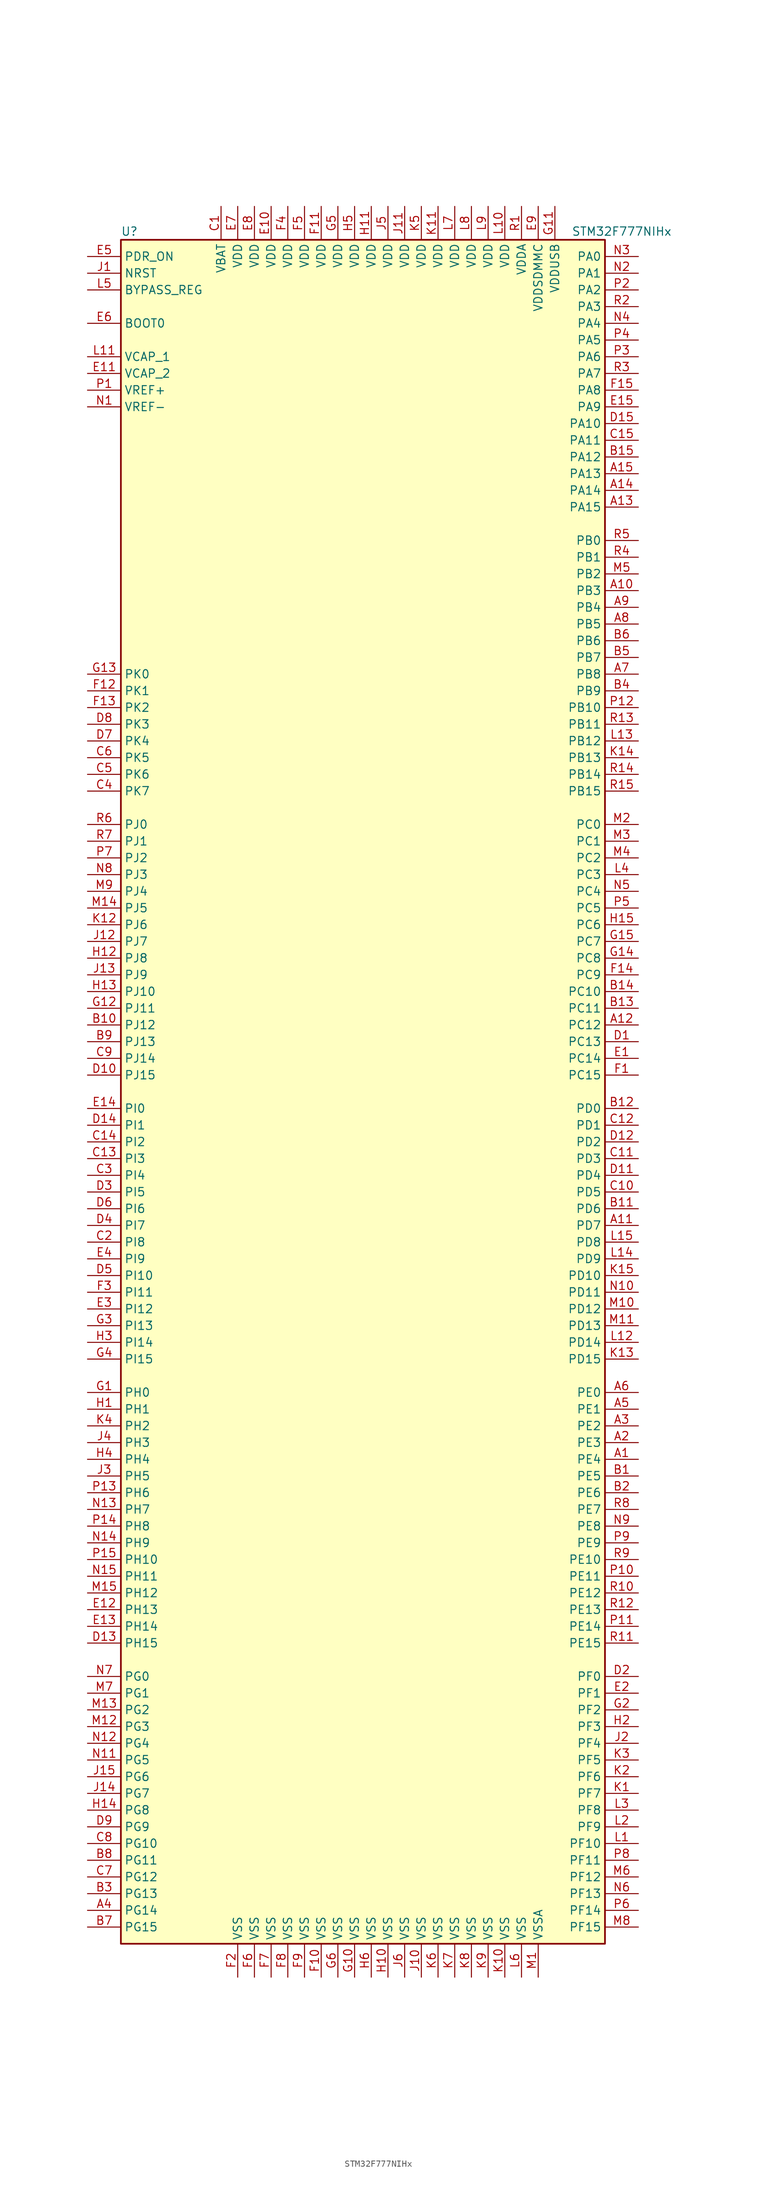
<source format=kicad_sym>
(kicad_symbol_lib
  (version 20201005)
  (generator kicad_symbol_editor)
  (symbol "STM32F777NIHx"
    (property "Reference" "U"
      (at -38.1 130.81 0)
      (effects (font (size 1.27 1.27)) (justify left)))
    (property "Value" "STM32F777NIHx"
      (at 30.48 130.81 0)
      (effects (font (size 1.27 1.27)) (justify left)))
    (symbol "STM32F777NIHx_0_1"
      (rectangle (start -38.1 -129.54) (end 35.56 129.54) (stroke (width 0.254)) (fill (type background))))
    (symbol "STM32F777NIHx_1_1"
      (pin input line (at -43.18 116.84 0) (length 5.08) (name "BOOT0" (effects (font (size 1.27 1.27)))) (number "E6" (effects (font (size 1.27 1.27)))))
      (pin input line (at -43.18 121.92 0) (length 5.08) (name "BYPASS_REG" (effects (font (size 1.27 1.27)))) (number "L5" (effects (font (size 1.27 1.27)))))
      (pin input line (at -43.18 124.46 0) (length 5.08) (name "NRST" (effects (font (size 1.27 1.27)))) (number "J1" (effects (font (size 1.27 1.27)))))
      (pin bidirectional line (at 40.64 127 180) (length 5.08) (name "PA0" (effects (font (size 1.27 1.27)))) (number "N3" (effects (font (size 1.27 1.27)))))
      (pin bidirectional line (at 40.64 124.46 180) (length 5.08) (name "PA1" (effects (font (size 1.27 1.27)))) (number "N2" (effects (font (size 1.27 1.27)))))
      (pin bidirectional line (at 40.64 101.6 180) (length 5.08) (name "PA10" (effects (font (size 1.27 1.27)))) (number "D15" (effects (font (size 1.27 1.27)))))
      (pin bidirectional line (at 40.64 99.06 180) (length 5.08) (name "PA11" (effects (font (size 1.27 1.27)))) (number "C15" (effects (font (size 1.27 1.27)))))
      (pin bidirectional line (at 40.64 96.52 180) (length 5.08) (name "PA12" (effects (font (size 1.27 1.27)))) (number "B15" (effects (font (size 1.27 1.27)))))
      (pin bidirectional line (at 40.64 93.98 180) (length 5.08) (name "PA13" (effects (font (size 1.27 1.27)))) (number "A15" (effects (font (size 1.27 1.27)))))
      (pin bidirectional line (at 40.64 91.44 180) (length 5.08) (name "PA14" (effects (font (size 1.27 1.27)))) (number "A14" (effects (font (size 1.27 1.27)))))
      (pin bidirectional line (at 40.64 88.9 180) (length 5.08) (name "PA15" (effects (font (size 1.27 1.27)))) (number "A13" (effects (font (size 1.27 1.27)))))
      (pin bidirectional line (at 40.64 121.92 180) (length 5.08) (name "PA2" (effects (font (size 1.27 1.27)))) (number "P2" (effects (font (size 1.27 1.27)))))
      (pin bidirectional line (at 40.64 119.38 180) (length 5.08) (name "PA3" (effects (font (size 1.27 1.27)))) (number "R2" (effects (font (size 1.27 1.27)))))
      (pin bidirectional line (at 40.64 116.84 180) (length 5.08) (name "PA4" (effects (font (size 1.27 1.27)))) (number "N4" (effects (font (size 1.27 1.27)))))
      (pin bidirectional line (at 40.64 114.3 180) (length 5.08) (name "PA5" (effects (font (size 1.27 1.27)))) (number "P4" (effects (font (size 1.27 1.27)))))
      (pin bidirectional line (at 40.64 111.76 180) (length 5.08) (name "PA6" (effects (font (size 1.27 1.27)))) (number "P3" (effects (font (size 1.27 1.27)))))
      (pin bidirectional line (at 40.64 109.22 180) (length 5.08) (name "PA7" (effects (font (size 1.27 1.27)))) (number "R3" (effects (font (size 1.27 1.27)))))
      (pin bidirectional line (at 40.64 106.68 180) (length 5.08) (name "PA8" (effects (font (size 1.27 1.27)))) (number "F15" (effects (font (size 1.27 1.27)))))
      (pin bidirectional line (at 40.64 104.14 180) (length 5.08) (name "PA9" (effects (font (size 1.27 1.27)))) (number "E15" (effects (font (size 1.27 1.27)))))
      (pin bidirectional line (at 40.64 83.82 180) (length 5.08) (name "PB0" (effects (font (size 1.27 1.27)))) (number "R5" (effects (font (size 1.27 1.27)))))
      (pin bidirectional line (at 40.64 81.28 180) (length 5.08) (name "PB1" (effects (font (size 1.27 1.27)))) (number "R4" (effects (font (size 1.27 1.27)))))
      (pin bidirectional line (at 40.64 58.42 180) (length 5.08) (name "PB10" (effects (font (size 1.27 1.27)))) (number "P12" (effects (font (size 1.27 1.27)))))
      (pin bidirectional line (at 40.64 55.88 180) (length 5.08) (name "PB11" (effects (font (size 1.27 1.27)))) (number "R13" (effects (font (size 1.27 1.27)))))
      (pin bidirectional line (at 40.64 53.34 180) (length 5.08) (name "PB12" (effects (font (size 1.27 1.27)))) (number "L13" (effects (font (size 1.27 1.27)))))
      (pin bidirectional line (at 40.64 50.8 180) (length 5.08) (name "PB13" (effects (font (size 1.27 1.27)))) (number "K14" (effects (font (size 1.27 1.27)))))
      (pin bidirectional line (at 40.64 48.26 180) (length 5.08) (name "PB14" (effects (font (size 1.27 1.27)))) (number "R14" (effects (font (size 1.27 1.27)))))
      (pin bidirectional line (at 40.64 45.72 180) (length 5.08) (name "PB15" (effects (font (size 1.27 1.27)))) (number "R15" (effects (font (size 1.27 1.27)))))
      (pin bidirectional line (at 40.64 78.74 180) (length 5.08) (name "PB2" (effects (font (size 1.27 1.27)))) (number "M5" (effects (font (size 1.27 1.27)))))
      (pin bidirectional line (at 40.64 76.2 180) (length 5.08) (name "PB3" (effects (font (size 1.27 1.27)))) (number "A10" (effects (font (size 1.27 1.27)))))
      (pin bidirectional line (at 40.64 73.66 180) (length 5.08) (name "PB4" (effects (font (size 1.27 1.27)))) (number "A9" (effects (font (size 1.27 1.27)))))
      (pin bidirectional line (at 40.64 71.12 180) (length 5.08) (name "PB5" (effects (font (size 1.27 1.27)))) (number "A8" (effects (font (size 1.27 1.27)))))
      (pin bidirectional line (at 40.64 68.58 180) (length 5.08) (name "PB6" (effects (font (size 1.27 1.27)))) (number "B6" (effects (font (size 1.27 1.27)))))
      (pin bidirectional line (at 40.64 66.04 180) (length 5.08) (name "PB7" (effects (font (size 1.27 1.27)))) (number "B5" (effects (font (size 1.27 1.27)))))
      (pin bidirectional line (at 40.64 63.5 180) (length 5.08) (name "PB8" (effects (font (size 1.27 1.27)))) (number "A7" (effects (font (size 1.27 1.27)))))
      (pin bidirectional line (at 40.64 60.96 180) (length 5.08) (name "PB9" (effects (font (size 1.27 1.27)))) (number "B4" (effects (font (size 1.27 1.27)))))
      (pin bidirectional line (at 40.64 40.64 180) (length 5.08) (name "PC0" (effects (font (size 1.27 1.27)))) (number "M2" (effects (font (size 1.27 1.27)))))
      (pin bidirectional line (at 40.64 38.1 180) (length 5.08) (name "PC1" (effects (font (size 1.27 1.27)))) (number "M3" (effects (font (size 1.27 1.27)))))
      (pin bidirectional line (at 40.64 15.24 180) (length 5.08) (name "PC10" (effects (font (size 1.27 1.27)))) (number "B14" (effects (font (size 1.27 1.27)))))
      (pin bidirectional line (at 40.64 12.7 180) (length 5.08) (name "PC11" (effects (font (size 1.27 1.27)))) (number "B13" (effects (font (size 1.27 1.27)))))
      (pin bidirectional line (at 40.64 10.16 180) (length 5.08) (name "PC12" (effects (font (size 1.27 1.27)))) (number "A12" (effects (font (size 1.27 1.27)))))
      (pin bidirectional line (at 40.64 7.62 180) (length 5.08) (name "PC13" (effects (font (size 1.27 1.27)))) (number "D1" (effects (font (size 1.27 1.27)))))
      (pin bidirectional line (at 40.64 5.08 180) (length 5.08) (name "PC14" (effects (font (size 1.27 1.27)))) (number "E1" (effects (font (size 1.27 1.27)))))
      (pin bidirectional line (at 40.64 2.54 180) (length 5.08) (name "PC15" (effects (font (size 1.27 1.27)))) (number "F1" (effects (font (size 1.27 1.27)))))
      (pin bidirectional line (at 40.64 35.56 180) (length 5.08) (name "PC2" (effects (font (size 1.27 1.27)))) (number "M4" (effects (font (size 1.27 1.27)))))
      (pin bidirectional line (at 40.64 33.02 180) (length 5.08) (name "PC3" (effects (font (size 1.27 1.27)))) (number "L4" (effects (font (size 1.27 1.27)))))
      (pin bidirectional line (at 40.64 30.48 180) (length 5.08) (name "PC4" (effects (font (size 1.27 1.27)))) (number "N5" (effects (font (size 1.27 1.27)))))
      (pin bidirectional line (at 40.64 27.94 180) (length 5.08) (name "PC5" (effects (font (size 1.27 1.27)))) (number "P5" (effects (font (size 1.27 1.27)))))
      (pin bidirectional line (at 40.64 25.4 180) (length 5.08) (name "PC6" (effects (font (size 1.27 1.27)))) (number "H15" (effects (font (size 1.27 1.27)))))
      (pin bidirectional line (at 40.64 22.86 180) (length 5.08) (name "PC7" (effects (font (size 1.27 1.27)))) (number "G15" (effects (font (size 1.27 1.27)))))
      (pin bidirectional line (at 40.64 20.32 180) (length 5.08) (name "PC8" (effects (font (size 1.27 1.27)))) (number "G14" (effects (font (size 1.27 1.27)))))
      (pin bidirectional line (at 40.64 17.78 180) (length 5.08) (name "PC9" (effects (font (size 1.27 1.27)))) (number "F14" (effects (font (size 1.27 1.27)))))
      (pin bidirectional line (at 40.64 -2.54 180) (length 5.08) (name "PD0" (effects (font (size 1.27 1.27)))) (number "B12" (effects (font (size 1.27 1.27)))))
      (pin bidirectional line (at 40.64 -5.08 180) (length 5.08) (name "PD1" (effects (font (size 1.27 1.27)))) (number "C12" (effects (font (size 1.27 1.27)))))
      (pin bidirectional line (at 40.64 -27.94 180) (length 5.08) (name "PD10" (effects (font (size 1.27 1.27)))) (number "K15" (effects (font (size 1.27 1.27)))))
      (pin bidirectional line (at 40.64 -30.48 180) (length 5.08) (name "PD11" (effects (font (size 1.27 1.27)))) (number "N10" (effects (font (size 1.27 1.27)))))
      (pin bidirectional line (at 40.64 -33.02 180) (length 5.08) (name "PD12" (effects (font (size 1.27 1.27)))) (number "M10" (effects (font (size 1.27 1.27)))))
      (pin bidirectional line (at 40.64 -35.56 180) (length 5.08) (name "PD13" (effects (font (size 1.27 1.27)))) (number "M11" (effects (font (size 1.27 1.27)))))
      (pin bidirectional line (at 40.64 -38.1 180) (length 5.08) (name "PD14" (effects (font (size 1.27 1.27)))) (number "L12" (effects (font (size 1.27 1.27)))))
      (pin bidirectional line (at 40.64 -40.64 180) (length 5.08) (name "PD15" (effects (font (size 1.27 1.27)))) (number "K13" (effects (font (size 1.27 1.27)))))
      (pin bidirectional line (at 40.64 -7.62 180) (length 5.08) (name "PD2" (effects (font (size 1.27 1.27)))) (number "D12" (effects (font (size 1.27 1.27)))))
      (pin bidirectional line (at 40.64 -10.16 180) (length 5.08) (name "PD3" (effects (font (size 1.27 1.27)))) (number "C11" (effects (font (size 1.27 1.27)))))
      (pin bidirectional line (at 40.64 -12.7 180) (length 5.08) (name "PD4" (effects (font (size 1.27 1.27)))) (number "D11" (effects (font (size 1.27 1.27)))))
      (pin bidirectional line (at 40.64 -15.24 180) (length 5.08) (name "PD5" (effects (font (size 1.27 1.27)))) (number "C10" (effects (font (size 1.27 1.27)))))
      (pin bidirectional line (at 40.64 -17.78 180) (length 5.08) (name "PD6" (effects (font (size 1.27 1.27)))) (number "B11" (effects (font (size 1.27 1.27)))))
      (pin bidirectional line (at 40.64 -20.32 180) (length 5.08) (name "PD7" (effects (font (size 1.27 1.27)))) (number "A11" (effects (font (size 1.27 1.27)))))
      (pin bidirectional line (at 40.64 -22.86 180) (length 5.08) (name "PD8" (effects (font (size 1.27 1.27)))) (number "L15" (effects (font (size 1.27 1.27)))))
      (pin bidirectional line (at 40.64 -25.4 180) (length 5.08) (name "PD9" (effects (font (size 1.27 1.27)))) (number "L14" (effects (font (size 1.27 1.27)))))
      (pin input line (at -43.18 127 0) (length 5.08) (name "PDR_ON" (effects (font (size 1.27 1.27)))) (number "E5" (effects (font (size 1.27 1.27)))))
      (pin bidirectional line (at 40.64 -45.72 180) (length 5.08) (name "PE0" (effects (font (size 1.27 1.27)))) (number "A6" (effects (font (size 1.27 1.27)))))
      (pin bidirectional line (at 40.64 -48.26 180) (length 5.08) (name "PE1" (effects (font (size 1.27 1.27)))) (number "A5" (effects (font (size 1.27 1.27)))))
      (pin bidirectional line (at 40.64 -71.12 180) (length 5.08) (name "PE10" (effects (font (size 1.27 1.27)))) (number "R9" (effects (font (size 1.27 1.27)))))
      (pin bidirectional line (at 40.64 -73.66 180) (length 5.08) (name "PE11" (effects (font (size 1.27 1.27)))) (number "P10" (effects (font (size 1.27 1.27)))))
      (pin bidirectional line (at 40.64 -76.2 180) (length 5.08) (name "PE12" (effects (font (size 1.27 1.27)))) (number "R10" (effects (font (size 1.27 1.27)))))
      (pin bidirectional line (at 40.64 -78.74 180) (length 5.08) (name "PE13" (effects (font (size 1.27 1.27)))) (number "R12" (effects (font (size 1.27 1.27)))))
      (pin bidirectional line (at 40.64 -81.28 180) (length 5.08) (name "PE14" (effects (font (size 1.27 1.27)))) (number "P11" (effects (font (size 1.27 1.27)))))
      (pin bidirectional line (at 40.64 -83.82 180) (length 5.08) (name "PE15" (effects (font (size 1.27 1.27)))) (number "R11" (effects (font (size 1.27 1.27)))))
      (pin bidirectional line (at 40.64 -50.8 180) (length 5.08) (name "PE2" (effects (font (size 1.27 1.27)))) (number "A3" (effects (font (size 1.27 1.27)))))
      (pin bidirectional line (at 40.64 -53.34 180) (length 5.08) (name "PE3" (effects (font (size 1.27 1.27)))) (number "A2" (effects (font (size 1.27 1.27)))))
      (pin bidirectional line (at 40.64 -55.88 180) (length 5.08) (name "PE4" (effects (font (size 1.27 1.27)))) (number "A1" (effects (font (size 1.27 1.27)))))
      (pin bidirectional line (at 40.64 -58.42 180) (length 5.08) (name "PE5" (effects (font (size 1.27 1.27)))) (number "B1" (effects (font (size 1.27 1.27)))))
      (pin bidirectional line (at 40.64 -60.96 180) (length 5.08) (name "PE6" (effects (font (size 1.27 1.27)))) (number "B2" (effects (font (size 1.27 1.27)))))
      (pin bidirectional line (at 40.64 -63.5 180) (length 5.08) (name "PE7" (effects (font (size 1.27 1.27)))) (number "R8" (effects (font (size 1.27 1.27)))))
      (pin bidirectional line (at 40.64 -66.04 180) (length 5.08) (name "PE8" (effects (font (size 1.27 1.27)))) (number "N9" (effects (font (size 1.27 1.27)))))
      (pin bidirectional line (at 40.64 -68.58 180) (length 5.08) (name "PE9" (effects (font (size 1.27 1.27)))) (number "P9" (effects (font (size 1.27 1.27)))))
      (pin bidirectional line (at 40.64 -88.9 180) (length 5.08) (name "PF0" (effects (font (size 1.27 1.27)))) (number "D2" (effects (font (size 1.27 1.27)))))
      (pin bidirectional line (at 40.64 -91.44 180) (length 5.08) (name "PF1" (effects (font (size 1.27 1.27)))) (number "E2" (effects (font (size 1.27 1.27)))))
      (pin bidirectional line (at 40.64 -114.3 180) (length 5.08) (name "PF10" (effects (font (size 1.27 1.27)))) (number "L1" (effects (font (size 1.27 1.27)))))
      (pin bidirectional line (at 40.64 -116.84 180) (length 5.08) (name "PF11" (effects (font (size 1.27 1.27)))) (number "P8" (effects (font (size 1.27 1.27)))))
      (pin bidirectional line (at 40.64 -119.38 180) (length 5.08) (name "PF12" (effects (font (size 1.27 1.27)))) (number "M6" (effects (font (size 1.27 1.27)))))
      (pin bidirectional line (at 40.64 -121.92 180) (length 5.08) (name "PF13" (effects (font (size 1.27 1.27)))) (number "N6" (effects (font (size 1.27 1.27)))))
      (pin bidirectional line (at 40.64 -124.46 180) (length 5.08) (name "PF14" (effects (font (size 1.27 1.27)))) (number "P6" (effects (font (size 1.27 1.27)))))
      (pin bidirectional line (at 40.64 -127 180) (length 5.08) (name "PF15" (effects (font (size 1.27 1.27)))) (number "M8" (effects (font (size 1.27 1.27)))))
      (pin bidirectional line (at 40.64 -93.98 180) (length 5.08) (name "PF2" (effects (font (size 1.27 1.27)))) (number "G2" (effects (font (size 1.27 1.27)))))
      (pin bidirectional line (at 40.64 -96.52 180) (length 5.08) (name "PF3" (effects (font (size 1.27 1.27)))) (number "H2" (effects (font (size 1.27 1.27)))))
      (pin bidirectional line (at 40.64 -99.06 180) (length 5.08) (name "PF4" (effects (font (size 1.27 1.27)))) (number "J2" (effects (font (size 1.27 1.27)))))
      (pin bidirectional line (at 40.64 -101.6 180) (length 5.08) (name "PF5" (effects (font (size 1.27 1.27)))) (number "K3" (effects (font (size 1.27 1.27)))))
      (pin bidirectional line (at 40.64 -104.14 180) (length 5.08) (name "PF6" (effects (font (size 1.27 1.27)))) (number "K2" (effects (font (size 1.27 1.27)))))
      (pin bidirectional line (at 40.64 -106.68 180) (length 5.08) (name "PF7" (effects (font (size 1.27 1.27)))) (number "K1" (effects (font (size 1.27 1.27)))))
      (pin bidirectional line (at 40.64 -109.22 180) (length 5.08) (name "PF8" (effects (font (size 1.27 1.27)))) (number "L3" (effects (font (size 1.27 1.27)))))
      (pin bidirectional line (at 40.64 -111.76 180) (length 5.08) (name "PF9" (effects (font (size 1.27 1.27)))) (number "L2" (effects (font (size 1.27 1.27)))))
      (pin bidirectional line (at -43.18 -88.9 0) (length 5.08) (name "PG0" (effects (font (size 1.27 1.27)))) (number "N7" (effects (font (size 1.27 1.27)))))
      (pin bidirectional line (at -43.18 -91.44 0) (length 5.08) (name "PG1" (effects (font (size 1.27 1.27)))) (number "M7" (effects (font (size 1.27 1.27)))))
      (pin bidirectional line (at -43.18 -114.3 0) (length 5.08) (name "PG10" (effects (font (size 1.27 1.27)))) (number "C8" (effects (font (size 1.27 1.27)))))
      (pin bidirectional line (at -43.18 -116.84 0) (length 5.08) (name "PG11" (effects (font (size 1.27 1.27)))) (number "B8" (effects (font (size 1.27 1.27)))))
      (pin bidirectional line (at -43.18 -119.38 0) (length 5.08) (name "PG12" (effects (font (size 1.27 1.27)))) (number "C7" (effects (font (size 1.27 1.27)))))
      (pin bidirectional line (at -43.18 -121.92 0) (length 5.08) (name "PG13" (effects (font (size 1.27 1.27)))) (number "B3" (effects (font (size 1.27 1.27)))))
      (pin bidirectional line (at -43.18 -124.46 0) (length 5.08) (name "PG14" (effects (font (size 1.27 1.27)))) (number "A4" (effects (font (size 1.27 1.27)))))
      (pin bidirectional line (at -43.18 -127 0) (length 5.08) (name "PG15" (effects (font (size 1.27 1.27)))) (number "B7" (effects (font (size 1.27 1.27)))))
      (pin bidirectional line (at -43.18 -93.98 0) (length 5.08) (name "PG2" (effects (font (size 1.27 1.27)))) (number "M13" (effects (font (size 1.27 1.27)))))
      (pin bidirectional line (at -43.18 -96.52 0) (length 5.08) (name "PG3" (effects (font (size 1.27 1.27)))) (number "M12" (effects (font (size 1.27 1.27)))))
      (pin bidirectional line (at -43.18 -99.06 0) (length 5.08) (name "PG4" (effects (font (size 1.27 1.27)))) (number "N12" (effects (font (size 1.27 1.27)))))
      (pin bidirectional line (at -43.18 -101.6 0) (length 5.08) (name "PG5" (effects (font (size 1.27 1.27)))) (number "N11" (effects (font (size 1.27 1.27)))))
      (pin bidirectional line (at -43.18 -104.14 0) (length 5.08) (name "PG6" (effects (font (size 1.27 1.27)))) (number "J15" (effects (font (size 1.27 1.27)))))
      (pin bidirectional line (at -43.18 -106.68 0) (length 5.08) (name "PG7" (effects (font (size 1.27 1.27)))) (number "J14" (effects (font (size 1.27 1.27)))))
      (pin bidirectional line (at -43.18 -109.22 0) (length 5.08) (name "PG8" (effects (font (size 1.27 1.27)))) (number "H14" (effects (font (size 1.27 1.27)))))
      (pin bidirectional line (at -43.18 -111.76 0) (length 5.08) (name "PG9" (effects (font (size 1.27 1.27)))) (number "D9" (effects (font (size 1.27 1.27)))))
      (pin input line (at -43.18 -45.72 0) (length 5.08) (name "PH0" (effects (font (size 1.27 1.27)))) (number "G1" (effects (font (size 1.27 1.27)))))
      (pin input line (at -43.18 -48.26 0) (length 5.08) (name "PH1" (effects (font (size 1.27 1.27)))) (number "H1" (effects (font (size 1.27 1.27)))))
      (pin bidirectional line (at -43.18 -71.12 0) (length 5.08) (name "PH10" (effects (font (size 1.27 1.27)))) (number "P15" (effects (font (size 1.27 1.27)))))
      (pin bidirectional line (at -43.18 -73.66 0) (length 5.08) (name "PH11" (effects (font (size 1.27 1.27)))) (number "N15" (effects (font (size 1.27 1.27)))))
      (pin bidirectional line (at -43.18 -76.2 0) (length 5.08) (name "PH12" (effects (font (size 1.27 1.27)))) (number "M15" (effects (font (size 1.27 1.27)))))
      (pin bidirectional line (at -43.18 -78.74 0) (length 5.08) (name "PH13" (effects (font (size 1.27 1.27)))) (number "E12" (effects (font (size 1.27 1.27)))))
      (pin bidirectional line (at -43.18 -81.28 0) (length 5.08) (name "PH14" (effects (font (size 1.27 1.27)))) (number "E13" (effects (font (size 1.27 1.27)))))
      (pin bidirectional line (at -43.18 -83.82 0) (length 5.08) (name "PH15" (effects (font (size 1.27 1.27)))) (number "D13" (effects (font (size 1.27 1.27)))))
      (pin bidirectional line (at -43.18 -50.8 0) (length 5.08) (name "PH2" (effects (font (size 1.27 1.27)))) (number "K4" (effects (font (size 1.27 1.27)))))
      (pin bidirectional line (at -43.18 -53.34 0) (length 5.08) (name "PH3" (effects (font (size 1.27 1.27)))) (number "J4" (effects (font (size 1.27 1.27)))))
      (pin bidirectional line (at -43.18 -55.88 0) (length 5.08) (name "PH4" (effects (font (size 1.27 1.27)))) (number "H4" (effects (font (size 1.27 1.27)))))
      (pin bidirectional line (at -43.18 -58.42 0) (length 5.08) (name "PH5" (effects (font (size 1.27 1.27)))) (number "J3" (effects (font (size 1.27 1.27)))))
      (pin bidirectional line (at -43.18 -60.96 0) (length 5.08) (name "PH6" (effects (font (size 1.27 1.27)))) (number "P13" (effects (font (size 1.27 1.27)))))
      (pin bidirectional line (at -43.18 -63.5 0) (length 5.08) (name "PH7" (effects (font (size 1.27 1.27)))) (number "N13" (effects (font (size 1.27 1.27)))))
      (pin bidirectional line (at -43.18 -66.04 0) (length 5.08) (name "PH8" (effects (font (size 1.27 1.27)))) (number "P14" (effects (font (size 1.27 1.27)))))
      (pin bidirectional line (at -43.18 -68.58 0) (length 5.08) (name "PH9" (effects (font (size 1.27 1.27)))) (number "N14" (effects (font (size 1.27 1.27)))))
      (pin bidirectional line (at -43.18 -2.54 0) (length 5.08) (name "PI0" (effects (font (size 1.27 1.27)))) (number "E14" (effects (font (size 1.27 1.27)))))
      (pin bidirectional line (at -43.18 -5.08 0) (length 5.08) (name "PI1" (effects (font (size 1.27 1.27)))) (number "D14" (effects (font (size 1.27 1.27)))))
      (pin bidirectional line (at -43.18 -27.94 0) (length 5.08) (name "PI10" (effects (font (size 1.27 1.27)))) (number "D5" (effects (font (size 1.27 1.27)))))
      (pin bidirectional line (at -43.18 -30.48 0) (length 5.08) (name "PI11" (effects (font (size 1.27 1.27)))) (number "F3" (effects (font (size 1.27 1.27)))))
      (pin bidirectional line (at -43.18 -33.02 0) (length 5.08) (name "PI12" (effects (font (size 1.27 1.27)))) (number "E3" (effects (font (size 1.27 1.27)))))
      (pin bidirectional line (at -43.18 -35.56 0) (length 5.08) (name "PI13" (effects (font (size 1.27 1.27)))) (number "G3" (effects (font (size 1.27 1.27)))))
      (pin bidirectional line (at -43.18 -38.1 0) (length 5.08) (name "PI14" (effects (font (size 1.27 1.27)))) (number "H3" (effects (font (size 1.27 1.27)))))
      (pin bidirectional line (at -43.18 -40.64 0) (length 5.08) (name "PI15" (effects (font (size 1.27 1.27)))) (number "G4" (effects (font (size 1.27 1.27)))))
      (pin bidirectional line (at -43.18 -7.62 0) (length 5.08) (name "PI2" (effects (font (size 1.27 1.27)))) (number "C14" (effects (font (size 1.27 1.27)))))
      (pin bidirectional line (at -43.18 -10.16 0) (length 5.08) (name "PI3" (effects (font (size 1.27 1.27)))) (number "C13" (effects (font (size 1.27 1.27)))))
      (pin bidirectional line (at -43.18 -12.7 0) (length 5.08) (name "PI4" (effects (font (size 1.27 1.27)))) (number "C3" (effects (font (size 1.27 1.27)))))
      (pin bidirectional line (at -43.18 -15.24 0) (length 5.08) (name "PI5" (effects (font (size 1.27 1.27)))) (number "D3" (effects (font (size 1.27 1.27)))))
      (pin bidirectional line (at -43.18 -17.78 0) (length 5.08) (name "PI6" (effects (font (size 1.27 1.27)))) (number "D6" (effects (font (size 1.27 1.27)))))
      (pin bidirectional line (at -43.18 -20.32 0) (length 5.08) (name "PI7" (effects (font (size 1.27 1.27)))) (number "D4" (effects (font (size 1.27 1.27)))))
      (pin bidirectional line (at -43.18 -22.86 0) (length 5.08) (name "PI8" (effects (font (size 1.27 1.27)))) (number "C2" (effects (font (size 1.27 1.27)))))
      (pin bidirectional line (at -43.18 -25.4 0) (length 5.08) (name "PI9" (effects (font (size 1.27 1.27)))) (number "E4" (effects (font (size 1.27 1.27)))))
      (pin bidirectional line (at -43.18 40.64 0) (length 5.08) (name "PJ0" (effects (font (size 1.27 1.27)))) (number "R6" (effects (font (size 1.27 1.27)))))
      (pin bidirectional line (at -43.18 38.1 0) (length 5.08) (name "PJ1" (effects (font (size 1.27 1.27)))) (number "R7" (effects (font (size 1.27 1.27)))))
      (pin bidirectional line (at -43.18 15.24 0) (length 5.08) (name "PJ10" (effects (font (size 1.27 1.27)))) (number "H13" (effects (font (size 1.27 1.27)))))
      (pin bidirectional line (at -43.18 12.7 0) (length 5.08) (name "PJ11" (effects (font (size 1.27 1.27)))) (number "G12" (effects (font (size 1.27 1.27)))))
      (pin bidirectional line (at -43.18 10.16 0) (length 5.08) (name "PJ12" (effects (font (size 1.27 1.27)))) (number "B10" (effects (font (size 1.27 1.27)))))
      (pin bidirectional line (at -43.18 7.62 0) (length 5.08) (name "PJ13" (effects (font (size 1.27 1.27)))) (number "B9" (effects (font (size 1.27 1.27)))))
      (pin bidirectional line (at -43.18 5.08 0) (length 5.08) (name "PJ14" (effects (font (size 1.27 1.27)))) (number "C9" (effects (font (size 1.27 1.27)))))
      (pin bidirectional line (at -43.18 2.54 0) (length 5.08) (name "PJ15" (effects (font (size 1.27 1.27)))) (number "D10" (effects (font (size 1.27 1.27)))))
      (pin bidirectional line (at -43.18 35.56 0) (length 5.08) (name "PJ2" (effects (font (size 1.27 1.27)))) (number "P7" (effects (font (size 1.27 1.27)))))
      (pin bidirectional line (at -43.18 33.02 0) (length 5.08) (name "PJ3" (effects (font (size 1.27 1.27)))) (number "N8" (effects (font (size 1.27 1.27)))))
      (pin bidirectional line (at -43.18 30.48 0) (length 5.08) (name "PJ4" (effects (font (size 1.27 1.27)))) (number "M9" (effects (font (size 1.27 1.27)))))
      (pin bidirectional line (at -43.18 27.94 0) (length 5.08) (name "PJ5" (effects (font (size 1.27 1.27)))) (number "M14" (effects (font (size 1.27 1.27)))))
      (pin bidirectional line (at -43.18 25.4 0) (length 5.08) (name "PJ6" (effects (font (size 1.27 1.27)))) (number "K12" (effects (font (size 1.27 1.27)))))
      (pin bidirectional line (at -43.18 22.86 0) (length 5.08) (name "PJ7" (effects (font (size 1.27 1.27)))) (number "J12" (effects (font (size 1.27 1.27)))))
      (pin bidirectional line (at -43.18 20.32 0) (length 5.08) (name "PJ8" (effects (font (size 1.27 1.27)))) (number "H12" (effects (font (size 1.27 1.27)))))
      (pin bidirectional line (at -43.18 17.78 0) (length 5.08) (name "PJ9" (effects (font (size 1.27 1.27)))) (number "J13" (effects (font (size 1.27 1.27)))))
      (pin bidirectional line (at -43.18 63.5 0) (length 5.08) (name "PK0" (effects (font (size 1.27 1.27)))) (number "G13" (effects (font (size 1.27 1.27)))))
      (pin bidirectional line (at -43.18 60.96 0) (length 5.08) (name "PK1" (effects (font (size 1.27 1.27)))) (number "F12" (effects (font (size 1.27 1.27)))))
      (pin bidirectional line (at -43.18 58.42 0) (length 5.08) (name "PK2" (effects (font (size 1.27 1.27)))) (number "F13" (effects (font (size 1.27 1.27)))))
      (pin bidirectional line (at -43.18 55.88 0) (length 5.08) (name "PK3" (effects (font (size 1.27 1.27)))) (number "D8" (effects (font (size 1.27 1.27)))))
      (pin bidirectional line (at -43.18 53.34 0) (length 5.08) (name "PK4" (effects (font (size 1.27 1.27)))) (number "D7" (effects (font (size 1.27 1.27)))))
      (pin bidirectional line (at -43.18 50.8 0) (length 5.08) (name "PK5" (effects (font (size 1.27 1.27)))) (number "C6" (effects (font (size 1.27 1.27)))))
      (pin bidirectional line (at -43.18 48.26 0) (length 5.08) (name "PK6" (effects (font (size 1.27 1.27)))) (number "C5" (effects (font (size 1.27 1.27)))))
      (pin bidirectional line (at -43.18 45.72 0) (length 5.08) (name "PK7" (effects (font (size 1.27 1.27)))) (number "C4" (effects (font (size 1.27 1.27)))))
      (pin power_in line (at -22.86 134.62 270) (length 5.08) (name "VBAT" (effects (font (size 1.27 1.27)))) (number "C1" (effects (font (size 1.27 1.27)))))
      (pin power_in line (at -43.18 111.76 0) (length 5.08) (name "VCAP_1" (effects (font (size 1.27 1.27)))) (number "L11" (effects (font (size 1.27 1.27)))))
      (pin power_in line (at -43.18 109.22 0) (length 5.08) (name "VCAP_2" (effects (font (size 1.27 1.27)))) (number "E11" (effects (font (size 1.27 1.27)))))
      (pin power_in line (at -15.24 134.62 270) (length 5.08) (name "VDD" (effects (font (size 1.27 1.27)))) (number "E10" (effects (font (size 1.27 1.27)))))
      (pin power_in line (at -20.32 134.62 270) (length 5.08) (name "VDD" (effects (font (size 1.27 1.27)))) (number "E7" (effects (font (size 1.27 1.27)))))
      (pin power_in line (at -17.78 134.62 270) (length 5.08) (name "VDD" (effects (font (size 1.27 1.27)))) (number "E8" (effects (font (size 1.27 1.27)))))
      (pin power_in line (at -7.62 134.62 270) (length 5.08) (name "VDD" (effects (font (size 1.27 1.27)))) (number "F11" (effects (font (size 1.27 1.27)))))
      (pin power_in line (at -12.7 134.62 270) (length 5.08) (name "VDD" (effects (font (size 1.27 1.27)))) (number "F4" (effects (font (size 1.27 1.27)))))
      (pin power_in line (at -10.16 134.62 270) (length 5.08) (name "VDD" (effects (font (size 1.27 1.27)))) (number "F5" (effects (font (size 1.27 1.27)))))
      (pin power_in line (at -5.08 134.62 270) (length 5.08) (name "VDD" (effects (font (size 1.27 1.27)))) (number "G5" (effects (font (size 1.27 1.27)))))
      (pin power_in line (at 0 134.62 270) (length 5.08) (name "VDD" (effects (font (size 1.27 1.27)))) (number "H11" (effects (font (size 1.27 1.27)))))
      (pin power_in line (at -2.54 134.62 270) (length 5.08) (name "VDD" (effects (font (size 1.27 1.27)))) (number "H5" (effects (font (size 1.27 1.27)))))
      (pin power_in line (at 5.08 134.62 270) (length 5.08) (name "VDD" (effects (font (size 1.27 1.27)))) (number "J11" (effects (font (size 1.27 1.27)))))
      (pin power_in line (at 2.54 134.62 270) (length 5.08) (name "VDD" (effects (font (size 1.27 1.27)))) (number "J5" (effects (font (size 1.27 1.27)))))
      (pin power_in line (at 10.16 134.62 270) (length 5.08) (name "VDD" (effects (font (size 1.27 1.27)))) (number "K11" (effects (font (size 1.27 1.27)))))
      (pin power_in line (at 7.62 134.62 270) (length 5.08) (name "VDD" (effects (font (size 1.27 1.27)))) (number "K5" (effects (font (size 1.27 1.27)))))
      (pin power_in line (at 20.32 134.62 270) (length 5.08) (name "VDD" (effects (font (size 1.27 1.27)))) (number "L10" (effects (font (size 1.27 1.27)))))
      (pin power_in line (at 12.7 134.62 270) (length 5.08) (name "VDD" (effects (font (size 1.27 1.27)))) (number "L7" (effects (font (size 1.27 1.27)))))
      (pin power_in line (at 15.24 134.62 270) (length 5.08) (name "VDD" (effects (font (size 1.27 1.27)))) (number "L8" (effects (font (size 1.27 1.27)))))
      (pin power_in line (at 17.78 134.62 270) (length 5.08) (name "VDD" (effects (font (size 1.27 1.27)))) (number "L9" (effects (font (size 1.27 1.27)))))
      (pin power_in line (at 22.86 134.62 270) (length 5.08) (name "VDDA" (effects (font (size 1.27 1.27)))) (number "R1" (effects (font (size 1.27 1.27)))))
      (pin power_in line (at 25.4 134.62 270) (length 5.08) (name "VDDSDMMC" (effects (font (size 1.27 1.27)))) (number "E9" (effects (font (size 1.27 1.27)))))
      (pin power_in line (at 27.94 134.62 270) (length 5.08) (name "VDDUSB" (effects (font (size 1.27 1.27)))) (number "G11" (effects (font (size 1.27 1.27)))))
      (pin power_in line (at -43.18 106.68 0) (length 5.08) (name "VREF+" (effects (font (size 1.27 1.27)))) (number "P1" (effects (font (size 1.27 1.27)))))
      (pin power_in line (at -43.18 104.14 0) (length 5.08) (name "VREF-" (effects (font (size 1.27 1.27)))) (number "N1" (effects (font (size 1.27 1.27)))))
      (pin power_in line (at -7.62 -134.62 90) (length 5.08) (name "VSS" (effects (font (size 1.27 1.27)))) (number "F10" (effects (font (size 1.27 1.27)))))
      (pin power_in line (at -20.32 -134.62 90) (length 5.08) (name "VSS" (effects (font (size 1.27 1.27)))) (number "F2" (effects (font (size 1.27 1.27)))))
      (pin power_in line (at -17.78 -134.62 90) (length 5.08) (name "VSS" (effects (font (size 1.27 1.27)))) (number "F6" (effects (font (size 1.27 1.27)))))
      (pin power_in line (at -15.24 -134.62 90) (length 5.08) (name "VSS" (effects (font (size 1.27 1.27)))) (number "F7" (effects (font (size 1.27 1.27)))))
      (pin power_in line (at -12.7 -134.62 90) (length 5.08) (name "VSS" (effects (font (size 1.27 1.27)))) (number "F8" (effects (font (size 1.27 1.27)))))
      (pin power_in line (at -10.16 -134.62 90) (length 5.08) (name "VSS" (effects (font (size 1.27 1.27)))) (number "F9" (effects (font (size 1.27 1.27)))))
      (pin power_in line (at -2.54 -134.62 90) (length 5.08) (name "VSS" (effects (font (size 1.27 1.27)))) (number "G10" (effects (font (size 1.27 1.27)))))
      (pin power_in line (at -5.08 -134.62 90) (length 5.08) (name "VSS" (effects (font (size 1.27 1.27)))) (number "G6" (effects (font (size 1.27 1.27)))))
      (pin power_in line (at 2.54 -134.62 90) (length 5.08) (name "VSS" (effects (font (size 1.27 1.27)))) (number "H10" (effects (font (size 1.27 1.27)))))
      (pin power_in line (at 0 -134.62 90) (length 5.08) (name "VSS" (effects (font (size 1.27 1.27)))) (number "H6" (effects (font (size 1.27 1.27)))))
      (pin power_in line (at 7.62 -134.62 90) (length 5.08) (name "VSS" (effects (font (size 1.27 1.27)))) (number "J10" (effects (font (size 1.27 1.27)))))
      (pin power_in line (at 5.08 -134.62 90) (length 5.08) (name "VSS" (effects (font (size 1.27 1.27)))) (number "J6" (effects (font (size 1.27 1.27)))))
      (pin power_in line (at 20.32 -134.62 90) (length 5.08) (name "VSS" (effects (font (size 1.27 1.27)))) (number "K10" (effects (font (size 1.27 1.27)))))
      (pin power_in line (at 10.16 -134.62 90) (length 5.08) (name "VSS" (effects (font (size 1.27 1.27)))) (number "K6" (effects (font (size 1.27 1.27)))))
      (pin power_in line (at 12.7 -134.62 90) (length 5.08) (name "VSS" (effects (font (size 1.27 1.27)))) (number "K7" (effects (font (size 1.27 1.27)))))
      (pin power_in line (at 15.24 -134.62 90) (length 5.08) (name "VSS" (effects (font (size 1.27 1.27)))) (number "K8" (effects (font (size 1.27 1.27)))))
      (pin power_in line (at 17.78 -134.62 90) (length 5.08) (name "VSS" (effects (font (size 1.27 1.27)))) (number "K9" (effects (font (size 1.27 1.27)))))
      (pin power_in line (at 22.86 -134.62 90) (length 5.08) (name "VSS" (effects (font (size 1.27 1.27)))) (number "L6" (effects (font (size 1.27 1.27)))))
      (pin power_in line (at 25.4 -134.62 90) (length 5.08) (name "VSSA" (effects (font (size 1.27 1.27)))) (number "M1" (effects (font (size 1.27 1.27))))))))
</source>
